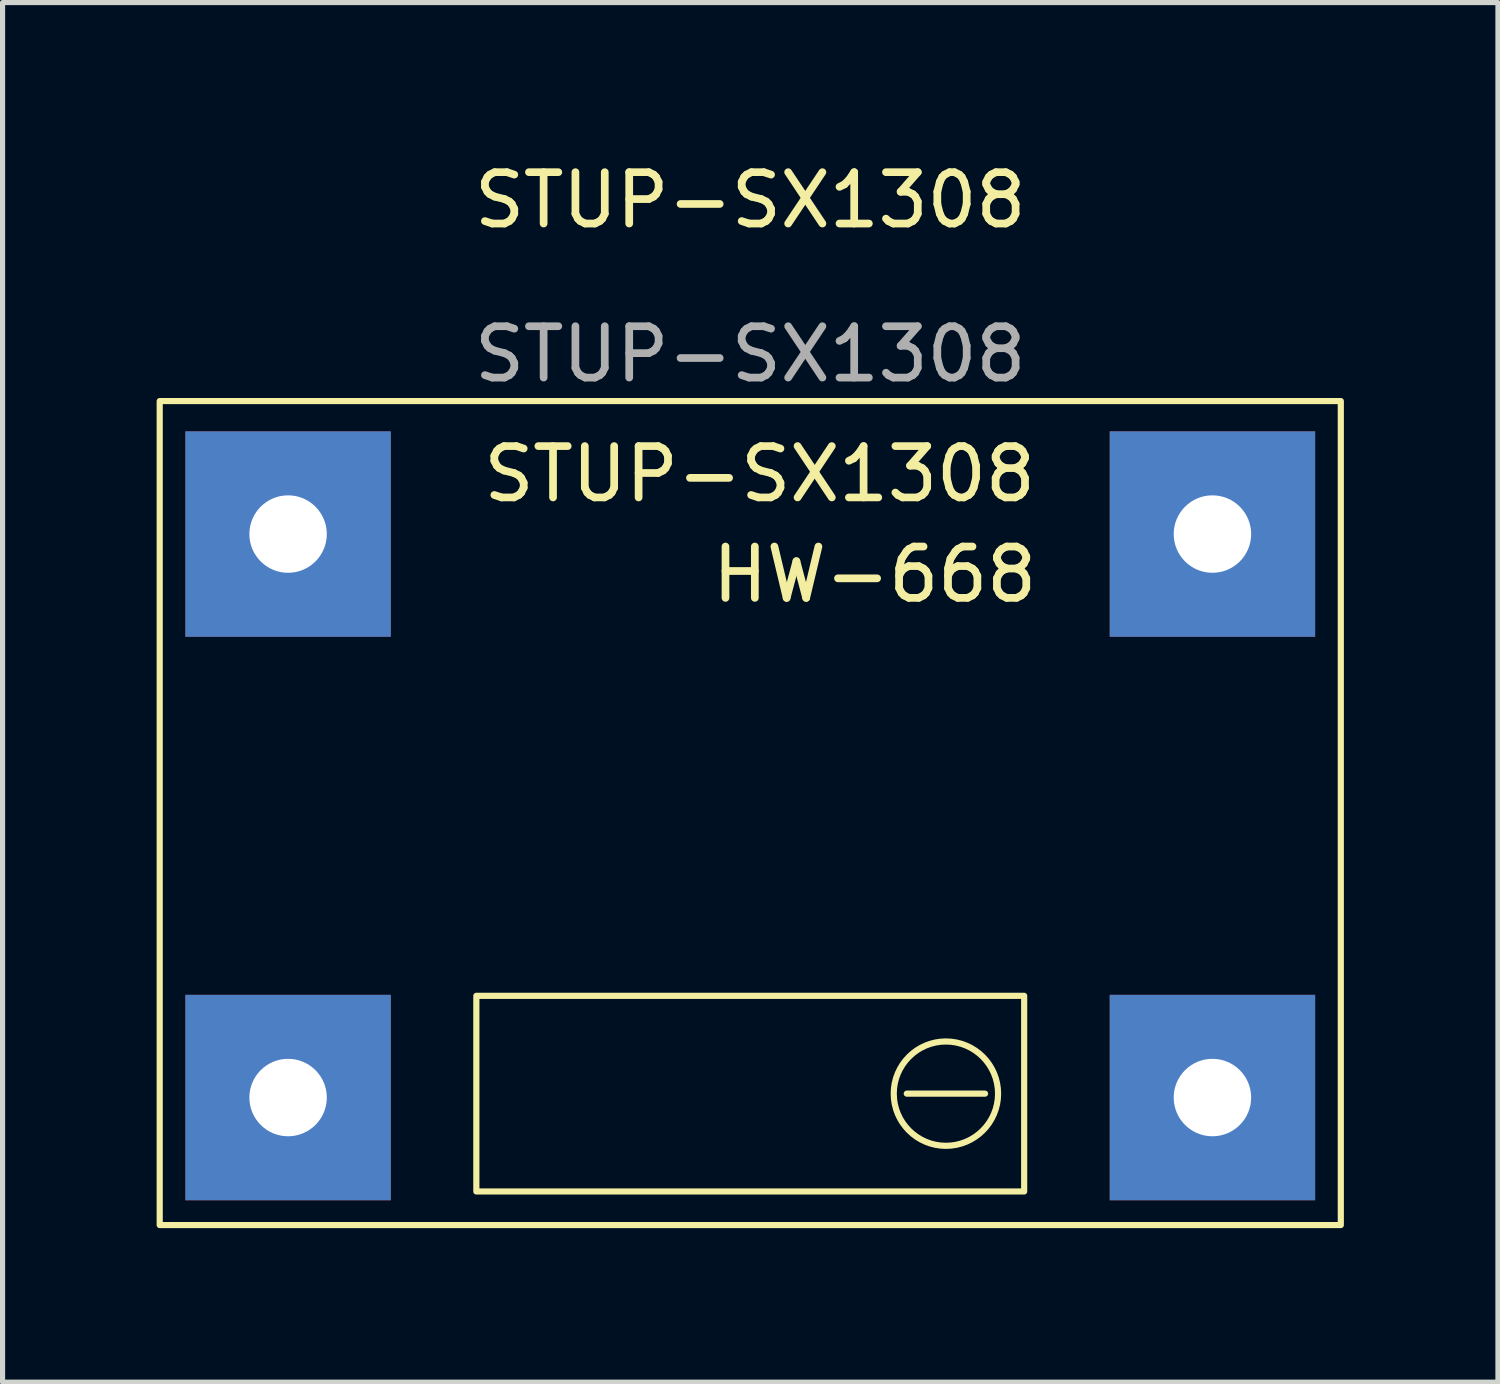
<source format=kicad_pcb>
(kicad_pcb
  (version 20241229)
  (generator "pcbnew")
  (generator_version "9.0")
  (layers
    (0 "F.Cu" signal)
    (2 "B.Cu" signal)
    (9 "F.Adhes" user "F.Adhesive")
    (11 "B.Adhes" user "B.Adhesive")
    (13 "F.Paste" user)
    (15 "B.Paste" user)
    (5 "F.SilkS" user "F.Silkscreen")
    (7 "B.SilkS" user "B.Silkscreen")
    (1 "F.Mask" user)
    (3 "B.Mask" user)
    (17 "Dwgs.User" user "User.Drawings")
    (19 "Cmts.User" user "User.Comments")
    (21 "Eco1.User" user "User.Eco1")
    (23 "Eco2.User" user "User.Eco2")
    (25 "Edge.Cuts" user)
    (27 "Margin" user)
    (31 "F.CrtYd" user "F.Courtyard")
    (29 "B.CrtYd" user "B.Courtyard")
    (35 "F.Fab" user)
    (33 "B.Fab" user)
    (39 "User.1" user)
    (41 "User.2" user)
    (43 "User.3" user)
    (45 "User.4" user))
  (footprint "STUP-SX1308"
    (layer "F.Cu")
    (at 11.56 10.754)
    (property "Reference" "STUP-SX1308" (at 0 -9.906 0) (unlocked yes) (layer "F.SilkS") (effects (font (size 1 1) (thickness 0.15))))
    (attr through_hole)
    (fp_line (start 3.048 7.493) (end 4.572 7.493) (stroke (width 0.12) (type solid)) (layer "F.SilkS"))
    (fp_rect (start -11.5 -5.994) (end 11.5 10.052) (stroke (width 0.12) (type solid)) (fill no) (layer "F.SilkS"))
    (fp_rect (start -5.334 5.588) (end 5.334 9.398) (stroke (width 0.12) (type solid)) (fill no) (layer "F.SilkS"))
    (fp_circle (center 3.81 7.493) (end 4.826 7.493) (stroke (width 0.12) (type solid)) (fill no) (layer "F.SilkS"))
    (fp_text user "STUP-SX1308" (at 5.639 -4.572 0) (unlocked yes) (layer "F.SilkS") (effects (font (size 1 1) (thickness 0.15)) (justify right)))
    (fp_text user "HW-668" (at 5.664 -2.616 0) (unlocked yes) (layer "F.SilkS") (effects (font (size 1 1) (thickness 0.15)) (justify right)))
    (fp_text user "${REFERENCE}" (at 0 -6.906 0) (unlocked yes) (layer "F.Fab") (effects (font (size 1 1) (thickness 0.15))))
    (pad "1" thru_hole rect (at -9 -3.404) (size 4 4) (drill 1.508) (layers "*.Cu" "*.Mask"))
    (pad "2" thru_hole rect (at -9 7.569) (size 4 4) (drill 1.508) (layers "*.Cu" "*.Mask"))
    (pad "3" thru_hole rect (at 9 -3.404) (size 4 4) (drill 1.508) (layers "*.Cu" "*.Mask"))
    (pad "4" thru_hole rect (at 9 7.569) (size 4 4) (drill 1.508) (layers "*.Cu" "*.Mask")))
  (gr_rect
    (start -3 -3)
    (end 26.12 23.866)
    (stroke (width 0.1) (type default))
    (fill no)
    (layer "Edge.Cuts")))
</source>
